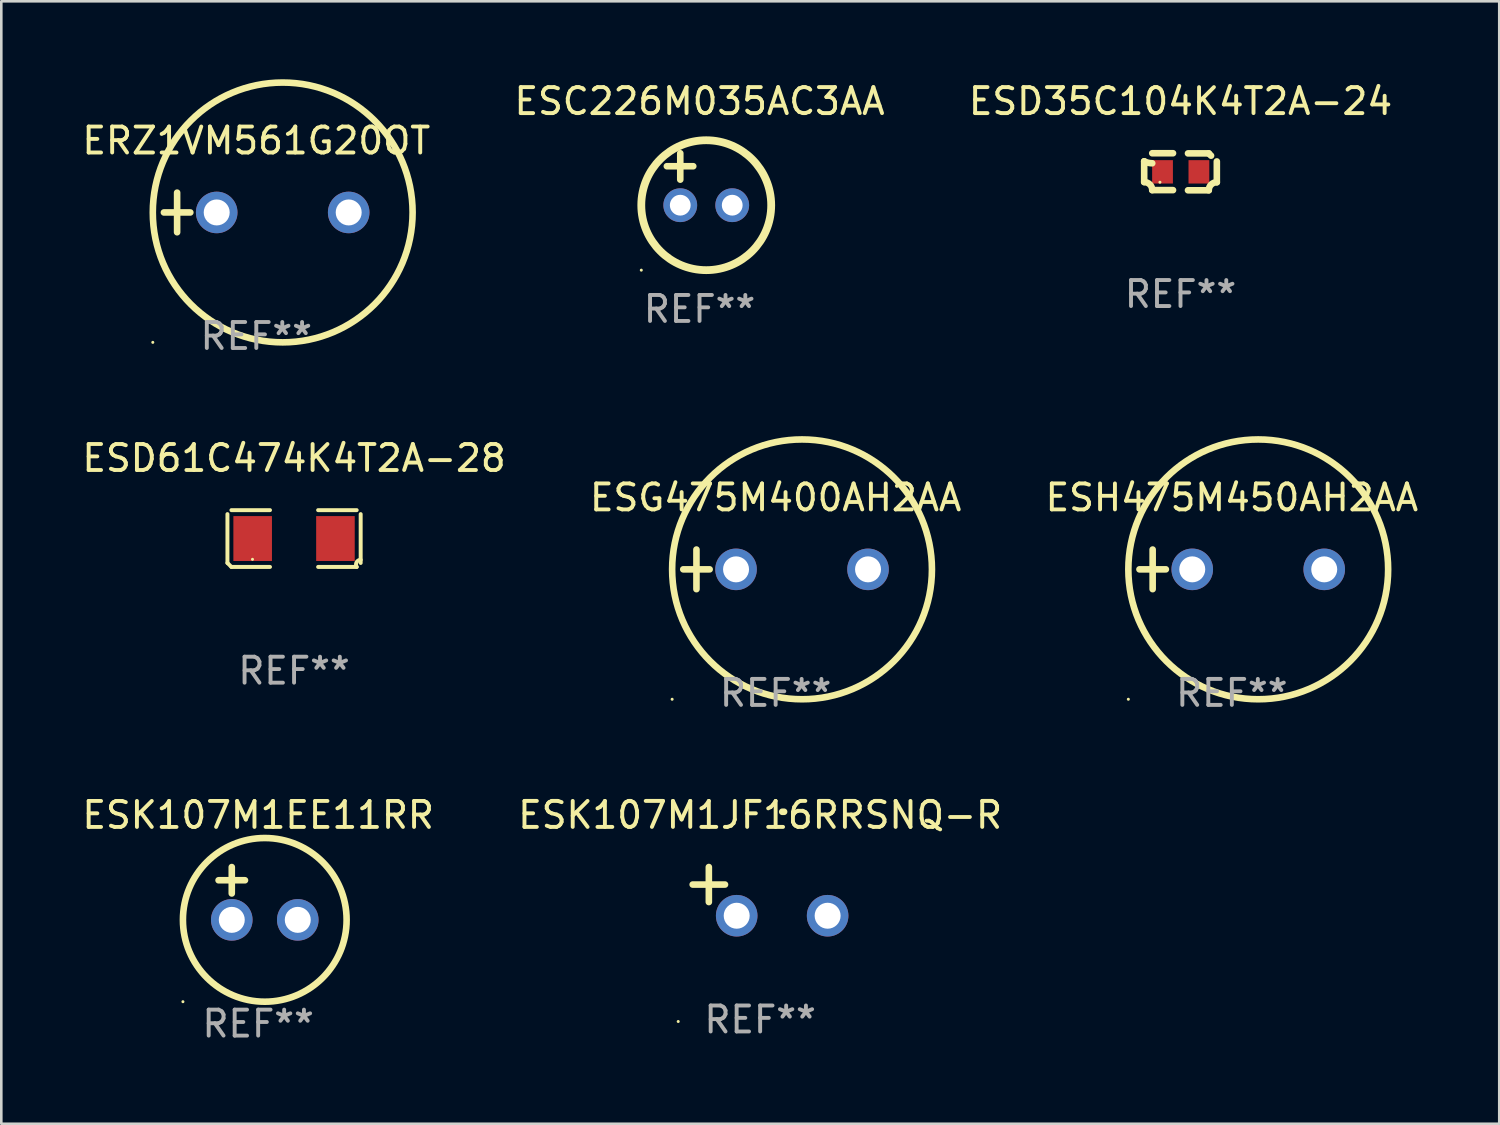
<source format=kicad_pcb>
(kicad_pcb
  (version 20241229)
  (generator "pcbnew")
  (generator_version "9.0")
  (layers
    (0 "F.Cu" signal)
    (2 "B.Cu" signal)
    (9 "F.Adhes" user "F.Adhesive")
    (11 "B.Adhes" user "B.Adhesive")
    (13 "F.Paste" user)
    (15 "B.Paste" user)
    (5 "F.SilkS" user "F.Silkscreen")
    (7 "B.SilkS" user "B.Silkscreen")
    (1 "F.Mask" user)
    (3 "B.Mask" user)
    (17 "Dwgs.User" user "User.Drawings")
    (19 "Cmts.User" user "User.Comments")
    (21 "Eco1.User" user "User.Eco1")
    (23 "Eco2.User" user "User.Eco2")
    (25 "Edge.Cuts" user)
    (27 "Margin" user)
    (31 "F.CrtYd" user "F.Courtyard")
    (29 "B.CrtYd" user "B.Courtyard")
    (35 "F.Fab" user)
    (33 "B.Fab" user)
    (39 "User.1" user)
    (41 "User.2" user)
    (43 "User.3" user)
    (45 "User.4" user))
  (footprint "ESD35C104K4T2A-24"
    (layer "F.Cu")
    (at 42.387 3.561)
    (property "Reference" "ESD35C104K4T2A-24" (at 0 -2.713 0) (layer "F.SilkS") (effects (font (size 1 1) (thickness 0.15))))
    (attr through_hole)
    (fp_line (start -1.398 -0.403) (end -1.398 0.397) (stroke (width 0.254) (type solid)) (layer "F.SilkS"))
    (fp_line (start -0.288 -0.713) (end -1.088 -0.713) (stroke (width 0.254) (type solid)) (layer "F.SilkS"))
    (fp_line (start -0.288 0.707) (end -1.088 0.707) (stroke (width 0.254) (type solid)) (layer "F.SilkS"))
    (fp_line (start 0.288 -0.707) (end 1.088 -0.707) (stroke (width 0.254) (type solid)) (layer "F.SilkS"))
    (fp_line (start 0.288 0.713) (end 1.088 0.713) (stroke (width 0.254) (type solid)) (layer "F.SilkS"))
    (fp_line (start 1.398 -0.397) (end 1.398 0.403) (stroke (width 0.254) (type solid)) (layer "F.SilkS"))
    (fp_arc (start -1.397789 0.397066) (mid -1.178701 0.487826) (end -1.08796 0.706922) (stroke (width 0.254001) (type solid)) (layer "F.SilkS"))
    (fp_arc (start -1.08796 -0.327176) (mid -1.247436 -0.346384) (end -1.39779 -0.402908) (stroke (width 0.254001) (type solid)) (layer "F.SilkS"))
    (fp_arc (start 1.087909 0.712738) (mid 1.178656 0.493655) (end 1.397739 0.402908) (stroke (width 0.254001) (type solid)) (layer "F.SilkS"))
    (fp_arc (start 1.175925 -0.618926) (mid 1.131917 -0.662923) (end 1.08791 -0.706922) (stroke (width 0.254001) (type solid)) (layer "F.SilkS"))
    (fp_circle (center -0.792 0.403) (end -0.762 0.403) (stroke (width 0.06) (type solid)) (fill no) (layer "F.SilkS"))
    (fp_text user "REF**" (at 0 4.713 0) (layer "F.Fab") (effects (font (size 1 1) (thickness 0.15))))
    (pad "1" smd rect (at -0.692 0.003) (size 0.8 0.9) (layers "F.Cu" "F.Mask" "F.Paste"))
    (pad "2" smd rect (at 0.708 0.003) (size 0.8 0.9) (layers "F.Cu" "F.Mask" "F.Paste")))
  (footprint "ESC226M035AC3AA"
    (layer "F.Cu")
    (at 23.875 3.848)
    (property "Reference" "ESC226M035AC3AA" (at 0 -3 0) (layer "F.SilkS") (effects (font (size 1 1) (thickness 0.15))))
    (attr through_hole)
    (fp_line (start -1.258 -0.5) (end -0.242 -0.5) (stroke (width 0.254) (type solid)) (layer "F.SilkS"))
    (fp_line (start -0.742 -1) (end -0.742 0.016) (stroke (width 0.254) (type solid)) (layer "F.SilkS"))
    (fp_circle (center -2.242 3.5) (end -2.212 3.5) (stroke (width 0.06) (type solid)) (fill no) (layer "F.SilkS"))
    (fp_circle (center 0.258 1) (end 2.758 1) (stroke (width 0.3) (type solid)) (fill no) (layer "F.SilkS"))
    (fp_text user "REF**" (at 0 5 0) (layer "F.Fab") (effects (font (size 1 1) (thickness 0.15))))
    (pad "1" thru_hole circle (at -0.742 1) (size 1.3 1.3) (drill 0.8) (layers "*.Cu" "*.Mask"))
    (pad "2" thru_hole circle (at 1.258 1) (size 1.3 1.3) (drill 0.8) (layers "*.Cu" "*.Mask")))
  (footprint "ESK107M1EE11RR"
    (layer "F.Cu")
    (at 6.887 31.339)
    (property "Reference" "ESK107M1EE11RR" (at 0 -3.016 0) (layer "F.SilkS") (effects (font (size 1 1) (thickness 0.15))))
    (attr through_hole)
    (fp_line (start -1.524 -0.508) (end -0.508 -0.508) (stroke (width 0.254) (type solid)) (layer "F.SilkS"))
    (fp_line (start -1.016 -1.016) (end -1.016 0) (stroke (width 0.254) (type solid)) (layer "F.SilkS"))
    (fp_circle (center -2.896 4.166) (end -2.866 4.166) (stroke (width 0.06) (type solid)) (fill no) (layer "F.SilkS"))
    (fp_circle (center 0.254 1.016) (end 3.404 1.016) (stroke (width 0.254) (type solid)) (fill no) (layer "F.SilkS"))
    (fp_text user "REF**" (at 0 5.016 0) (layer "F.Fab") (effects (font (size 1 1) (thickness 0.15))))
    (pad "1" thru_hole circle (at -1.016 1.016) (size 1.6 1.6) (drill 1) (layers "*.Cu" "*.Mask"))
    (pad "2" thru_hole circle (at 1.524 1.016) (size 1.6 1.6) (drill 1) (layers "*.Cu" "*.Mask")))
  (footprint "ESG475M400AH2AA"
    (layer "F.Cu")
    (at 26.804 18.864)
    (property "Reference" "ESG475M400AH2AA" (at 0 -2.762 0) (layer "F.SilkS") (effects (font (size 1 1) (thickness 0.15))))
    (attr through_hole)
    (fp_line (start -3.556 0) (end -2.54 0) (stroke (width 0.254) (type solid)) (layer "F.SilkS"))
    (fp_line (start -3.048 -0.762) (end -3.048 0.762) (stroke (width 0.254) (type solid)) (layer "F.SilkS"))
    (fp_circle (center -3.984 5) (end -3.954 5) (stroke (width 0.06) (type solid)) (fill no) (layer "F.SilkS"))
    (fp_circle (center 1.016 0) (end 6.016 0) (stroke (width 0.254) (type solid)) (fill no) (layer "F.SilkS"))
    (fp_text user "REF**" (at 0 4.762 0) (layer "F.Fab") (effects (font (size 1 1) (thickness 0.15))))
    (pad "1" thru_hole circle (at -1.524 0) (size 1.6 1.6) (drill 1) (layers "*.Cu" "*.Mask"))
    (pad "2" thru_hole circle (at 3.556 0) (size 1.6 1.6) (drill 1) (layers "*.Cu" "*.Mask")))
  (footprint "ESK107M1JF16RRSNQ-R"
    (layer "F.Cu")
    (at 26.208 31.259)
    (property "Reference" "ESK107M1JF16RRSNQ-R" (at 0 -2.937 0) (layer "F.SilkS") (effects (font (size 1 1) (thickness 0.15))))
    (attr through_hole)
    (fp_line (start -1.975 0.41) (end -1.975 -0.937) (stroke (width 0.254) (type solid)) (layer "F.SilkS"))
    (fp_line (start -1.353 -0.263) (end -2.597 -0.263) (stroke (width 0.254) (type solid)) (layer "F.SilkS"))
    (fp_arc (start 0.849809 -3.063957) (mid 0.885369 -3.064114) (end 0.920929 -3.063957) (stroke (width 0.254001) (type solid)) (layer "F.SilkS"))
    (fp_circle (center -3.154 5.008) (end -3.124 5.008) (stroke (width 0.06) (type solid)) (fill no) (layer "F.SilkS"))
    (fp_text user "REF**" (at 0 4.937 0) (layer "F.Fab") (effects (font (size 1 1) (thickness 0.15))))
    (pad "1" thru_hole circle (at -0.903 0.937) (size 1.6 1.6) (drill 1) (layers "*.Cu" "*.Mask"))
    (pad "2" thru_hole circle (at 2.597 0.937) (size 1.6 1.6) (drill 1) (layers "*.Cu" "*.Mask")))
  (footprint "ESD61C474K4T2A-28"
    (layer "F.Cu")
    (at 8.268 17.678)
    (property "Reference" "ESD61C474K4T2A-28" (at 0 -3.093 0) (layer "F.SilkS") (effects (font (size 1 1) (thickness 0.15))))
    (attr through_hole)
    (fp_line (start -2.564 0.94) (end -2.564 -0.94) (stroke (width 0.152) (type solid)) (layer "F.SilkS"))
    (fp_line (start -2.411 -1.093) (end -0.926 -1.093) (stroke (width 0.152) (type solid)) (layer "F.SilkS"))
    (fp_line (start -0.926 1.093) (end -2.411 1.093) (stroke (width 0.152) (type solid)) (layer "F.SilkS"))
    (fp_line (start 0.926 1.093) (end 2.411 1.093) (stroke (width 0.152) (type solid)) (layer "F.SilkS"))
    (fp_line (start 2.411 -1.093) (end 0.926 -1.093) (stroke (width 0.152) (type solid)) (layer "F.SilkS"))
    (fp_line (start 2.564 0.94) (end 2.564 -0.94) (stroke (width 0.152) (type solid)) (layer "F.SilkS"))
    (fp_arc (start -2.411201 1.092609) (mid -2.487413 1.01642) (end -2.563602 0.940208) (stroke (width 0.1524) (type solid)) (layer "F.SilkS"))
    (fp_arc (start 2.411201 1.092609) (mid 2.407159 0.911226) (end 2.563602 0.819347) (stroke (width 0.1524) (type solid)) (layer "F.SilkS"))
    (fp_circle (center -1.6 0.8) (end -1.57 0.8) (stroke (width 0.06) (type solid)) (fill no) (layer "F.SilkS"))
    (fp_text user "REF**" (at 0 5.093 0) (layer "F.Fab") (effects (font (size 1 1) (thickness 0.15))))
    (pad "1" smd rect (at -1.593 0) (size 1.485 1.728) (layers "F.Cu" "F.Mask" "F.Paste"))
    (pad "2" smd rect (at 1.593 0) (size 1.485 1.728) (layers "F.Cu" "F.Mask" "F.Paste")))
  (footprint "ERZ1VM561G20OT"
    (layer "F.Cu")
    (at 6.815 5.127)
    (property "Reference" "ERZ1VM561G20OT" (at 0 -2.762 0) (layer "F.SilkS") (effects (font (size 1 1) (thickness 0.15))))
    (attr through_hole)
    (fp_line (start -3.556 0) (end -2.54 0) (stroke (width 0.254) (type solid)) (layer "F.SilkS"))
    (fp_line (start -3.048 -0.762) (end -3.048 0.762) (stroke (width 0.254) (type solid)) (layer "F.SilkS"))
    (fp_circle (center -3.984 5) (end -3.954 5) (stroke (width 0.06) (type solid)) (fill no) (layer "F.SilkS"))
    (fp_circle (center 1.016 0) (end 6.016 0) (stroke (width 0.254) (type solid)) (fill no) (layer "F.SilkS"))
    (fp_text user "REF**" (at 0 4.762 0) (layer "F.Fab") (effects (font (size 1 1) (thickness 0.15))))
    (pad "1" thru_hole circle (at -1.524 0) (size 1.6 1.6) (drill 1) (layers "*.Cu" "*.Mask"))
    (pad "2" thru_hole circle (at 3.556 0) (size 1.6 1.6) (drill 1) (layers "*.Cu" "*.Mask")))
  (footprint "ESH475M450AH2AA"
    (layer "F.Cu")
    (at 44.363 18.864)
    (property "Reference" "ESH475M450AH2AA" (at 0 -2.762 0) (layer "F.SilkS") (effects (font (size 1 1) (thickness 0.15))))
    (attr through_hole)
    (fp_line (start -3.556 0) (end -2.54 0) (stroke (width 0.254) (type solid)) (layer "F.SilkS"))
    (fp_line (start -3.048 -0.762) (end -3.048 0.762) (stroke (width 0.254) (type solid)) (layer "F.SilkS"))
    (fp_circle (center -3.984 5) (end -3.954 5) (stroke (width 0.06) (type solid)) (fill no) (layer "F.SilkS"))
    (fp_circle (center 1.016 0) (end 6.016 0) (stroke (width 0.254) (type solid)) (fill no) (layer "F.SilkS"))
    (fp_text user "REF**" (at 0 4.762 0) (layer "F.Fab") (effects (font (size 1 1) (thickness 0.15))))
    (pad "1" thru_hole circle (at -1.524 0) (size 1.6 1.6) (drill 1) (layers "*.Cu" "*.Mask"))
    (pad "2" thru_hole circle (at 3.556 0) (size 1.6 1.6) (drill 1) (layers "*.Cu" "*.Mask")))
  (gr_rect
    (start -3 -3)
    (end 54.655 40.203)
    (stroke (width 0.1) (type default))
    (fill no)
    (layer "Edge.Cuts")))
</source>
